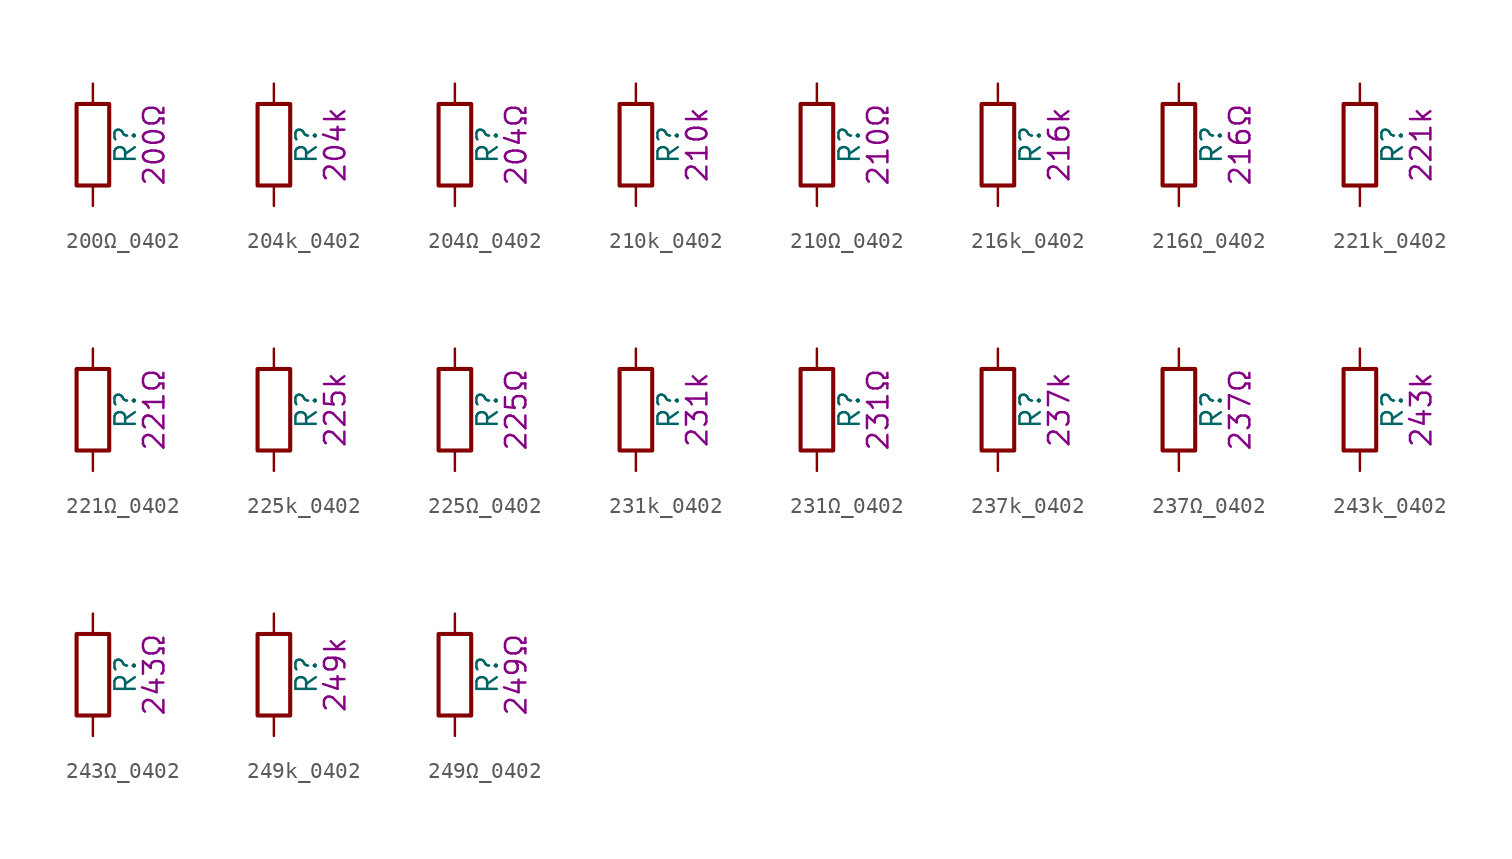
<source format=kicad_sym>
(kicad_symbol_lib
  (version 20211014)
  (generator kicad_symbol_editor)
  (symbol "200Ω_0402"
    (pin_numbers hide)
    (pin_names
      (offset 0))
    (property "Reference" "R"
      (at 2.032 0 90)
      (effects (font (size 1.27 1.27))))
    (property "Display" "200Ω"
      (at 3.81 0 90)
      (effects (font (size 1.27 1.27))))
    (symbol "200Ω_0402_0_1"
      (rectangle (start -1.016 -2.54) (end 1.016 2.54) (stroke (width 0.254) (type default) (color 0 0 0 0)) (fill (type none))))
    (symbol "200Ω_0402_1_1"
      (pin passive line (at 0 3.81 270) (length 1.27) (name "~" (effects (font (size 1.27 1.27)))) (number "1" (effects (font (size 1.27 1.27)))))
      (pin passive line (at 0 -3.81 90) (length 1.27) (name "~" (effects (font (size 1.27 1.27)))) (number "2" (effects (font (size 1.27 1.27)))))))
  (symbol "204k_0402"
    (pin_numbers hide)
    (pin_names
      (offset 0))
    (property "Reference" "R"
      (at 2.032 0 90)
      (effects (font (size 1.27 1.27))))
    (property "Display" "204k"
      (at 3.81 0 90)
      (effects (font (size 1.27 1.27))))
    (symbol "204k_0402_0_1"
      (rectangle (start -1.016 -2.54) (end 1.016 2.54) (stroke (width 0.254) (type default) (color 0 0 0 0)) (fill (type none))))
    (symbol "204k_0402_1_1"
      (pin passive line (at 0 3.81 270) (length 1.27) (name "~" (effects (font (size 1.27 1.27)))) (number "1" (effects (font (size 1.27 1.27)))))
      (pin passive line (at 0 -3.81 90) (length 1.27) (name "~" (effects (font (size 1.27 1.27)))) (number "2" (effects (font (size 1.27 1.27)))))))
  (symbol "204Ω_0402"
    (pin_numbers hide)
    (pin_names
      (offset 0))
    (property "Reference" "R"
      (at 2.032 0 90)
      (effects (font (size 1.27 1.27))))
    (property "Display" "204Ω"
      (at 3.81 0 90)
      (effects (font (size 1.27 1.27))))
    (symbol "204Ω_0402_0_1"
      (rectangle (start -1.016 -2.54) (end 1.016 2.54) (stroke (width 0.254) (type default) (color 0 0 0 0)) (fill (type none))))
    (symbol "204Ω_0402_1_1"
      (pin passive line (at 0 3.81 270) (length 1.27) (name "~" (effects (font (size 1.27 1.27)))) (number "1" (effects (font (size 1.27 1.27)))))
      (pin passive line (at 0 -3.81 90) (length 1.27) (name "~" (effects (font (size 1.27 1.27)))) (number "2" (effects (font (size 1.27 1.27)))))))
  (symbol "210k_0402"
    (pin_numbers hide)
    (pin_names
      (offset 0))
    (property "Reference" "R"
      (at 2.032 0 90)
      (effects (font (size 1.27 1.27))))
    (property "Display" "210k"
      (at 3.81 0 90)
      (effects (font (size 1.27 1.27))))
    (symbol "210k_0402_0_1"
      (rectangle (start -1.016 -2.54) (end 1.016 2.54) (stroke (width 0.254) (type default) (color 0 0 0 0)) (fill (type none))))
    (symbol "210k_0402_1_1"
      (pin passive line (at 0 3.81 270) (length 1.27) (name "~" (effects (font (size 1.27 1.27)))) (number "1" (effects (font (size 1.27 1.27)))))
      (pin passive line (at 0 -3.81 90) (length 1.27) (name "~" (effects (font (size 1.27 1.27)))) (number "2" (effects (font (size 1.27 1.27)))))))
  (symbol "210Ω_0402"
    (pin_numbers hide)
    (pin_names
      (offset 0))
    (property "Reference" "R"
      (at 2.032 0 90)
      (effects (font (size 1.27 1.27))))
    (property "Display" "210Ω"
      (at 3.81 0 90)
      (effects (font (size 1.27 1.27))))
    (symbol "210Ω_0402_0_1"
      (rectangle (start -1.016 -2.54) (end 1.016 2.54) (stroke (width 0.254) (type default) (color 0 0 0 0)) (fill (type none))))
    (symbol "210Ω_0402_1_1"
      (pin passive line (at 0 3.81 270) (length 1.27) (name "~" (effects (font (size 1.27 1.27)))) (number "1" (effects (font (size 1.27 1.27)))))
      (pin passive line (at 0 -3.81 90) (length 1.27) (name "~" (effects (font (size 1.27 1.27)))) (number "2" (effects (font (size 1.27 1.27)))))))
  (symbol "216k_0402"
    (pin_numbers hide)
    (pin_names
      (offset 0))
    (property "Reference" "R"
      (at 2.032 0 90)
      (effects (font (size 1.27 1.27))))
    (property "Display" "216k"
      (at 3.81 0 90)
      (effects (font (size 1.27 1.27))))
    (symbol "216k_0402_0_1"
      (rectangle (start -1.016 -2.54) (end 1.016 2.54) (stroke (width 0.254) (type default) (color 0 0 0 0)) (fill (type none))))
    (symbol "216k_0402_1_1"
      (pin passive line (at 0 3.81 270) (length 1.27) (name "~" (effects (font (size 1.27 1.27)))) (number "1" (effects (font (size 1.27 1.27)))))
      (pin passive line (at 0 -3.81 90) (length 1.27) (name "~" (effects (font (size 1.27 1.27)))) (number "2" (effects (font (size 1.27 1.27)))))))
  (symbol "216Ω_0402"
    (pin_numbers hide)
    (pin_names
      (offset 0))
    (property "Reference" "R"
      (at 2.032 0 90)
      (effects (font (size 1.27 1.27))))
    (property "Display" "216Ω"
      (at 3.81 0 90)
      (effects (font (size 1.27 1.27))))
    (symbol "216Ω_0402_0_1"
      (rectangle (start -1.016 -2.54) (end 1.016 2.54) (stroke (width 0.254) (type default) (color 0 0 0 0)) (fill (type none))))
    (symbol "216Ω_0402_1_1"
      (pin passive line (at 0 3.81 270) (length 1.27) (name "~" (effects (font (size 1.27 1.27)))) (number "1" (effects (font (size 1.27 1.27)))))
      (pin passive line (at 0 -3.81 90) (length 1.27) (name "~" (effects (font (size 1.27 1.27)))) (number "2" (effects (font (size 1.27 1.27)))))))
  (symbol "221k_0402"
    (pin_numbers hide)
    (pin_names
      (offset 0))
    (property "Reference" "R"
      (at 2.032 0 90)
      (effects (font (size 1.27 1.27))))
    (property "Display" "221k"
      (at 3.81 0 90)
      (effects (font (size 1.27 1.27))))
    (symbol "221k_0402_0_1"
      (rectangle (start -1.016 -2.54) (end 1.016 2.54) (stroke (width 0.254) (type default) (color 0 0 0 0)) (fill (type none))))
    (symbol "221k_0402_1_1"
      (pin passive line (at 0 3.81 270) (length 1.27) (name "~" (effects (font (size 1.27 1.27)))) (number "1" (effects (font (size 1.27 1.27)))))
      (pin passive line (at 0 -3.81 90) (length 1.27) (name "~" (effects (font (size 1.27 1.27)))) (number "2" (effects (font (size 1.27 1.27)))))))
  (symbol "221Ω_0402"
    (pin_numbers hide)
    (pin_names
      (offset 0))
    (property "Reference" "R"
      (at 2.032 0 90)
      (effects (font (size 1.27 1.27))))
    (property "Display" "221Ω"
      (at 3.81 0 90)
      (effects (font (size 1.27 1.27))))
    (symbol "221Ω_0402_0_1"
      (rectangle (start -1.016 -2.54) (end 1.016 2.54) (stroke (width 0.254) (type default) (color 0 0 0 0)) (fill (type none))))
    (symbol "221Ω_0402_1_1"
      (pin passive line (at 0 3.81 270) (length 1.27) (name "~" (effects (font (size 1.27 1.27)))) (number "1" (effects (font (size 1.27 1.27)))))
      (pin passive line (at 0 -3.81 90) (length 1.27) (name "~" (effects (font (size 1.27 1.27)))) (number "2" (effects (font (size 1.27 1.27)))))))
  (symbol "225k_0402"
    (pin_numbers hide)
    (pin_names
      (offset 0))
    (property "Reference" "R"
      (at 2.032 0 90)
      (effects (font (size 1.27 1.27))))
    (property "Display" "225k"
      (at 3.81 0 90)
      (effects (font (size 1.27 1.27))))
    (symbol "225k_0402_0_1"
      (rectangle (start -1.016 -2.54) (end 1.016 2.54) (stroke (width 0.254) (type default) (color 0 0 0 0)) (fill (type none))))
    (symbol "225k_0402_1_1"
      (pin passive line (at 0 3.81 270) (length 1.27) (name "~" (effects (font (size 1.27 1.27)))) (number "1" (effects (font (size 1.27 1.27)))))
      (pin passive line (at 0 -3.81 90) (length 1.27) (name "~" (effects (font (size 1.27 1.27)))) (number "2" (effects (font (size 1.27 1.27)))))))
  (symbol "225Ω_0402"
    (pin_numbers hide)
    (pin_names
      (offset 0))
    (property "Reference" "R"
      (at 2.032 0 90)
      (effects (font (size 1.27 1.27))))
    (property "Display" "225Ω"
      (at 3.81 0 90)
      (effects (font (size 1.27 1.27))))
    (symbol "225Ω_0402_0_1"
      (rectangle (start -1.016 -2.54) (end 1.016 2.54) (stroke (width 0.254) (type default) (color 0 0 0 0)) (fill (type none))))
    (symbol "225Ω_0402_1_1"
      (pin passive line (at 0 3.81 270) (length 1.27) (name "~" (effects (font (size 1.27 1.27)))) (number "1" (effects (font (size 1.27 1.27)))))
      (pin passive line (at 0 -3.81 90) (length 1.27) (name "~" (effects (font (size 1.27 1.27)))) (number "2" (effects (font (size 1.27 1.27)))))))
  (symbol "231k_0402"
    (pin_numbers hide)
    (pin_names
      (offset 0))
    (property "Reference" "R"
      (at 2.032 0 90)
      (effects (font (size 1.27 1.27))))
    (property "Display" "231k"
      (at 3.81 0 90)
      (effects (font (size 1.27 1.27))))
    (symbol "231k_0402_0_1"
      (rectangle (start -1.016 -2.54) (end 1.016 2.54) (stroke (width 0.254) (type default) (color 0 0 0 0)) (fill (type none))))
    (symbol "231k_0402_1_1"
      (pin passive line (at 0 3.81 270) (length 1.27) (name "~" (effects (font (size 1.27 1.27)))) (number "1" (effects (font (size 1.27 1.27)))))
      (pin passive line (at 0 -3.81 90) (length 1.27) (name "~" (effects (font (size 1.27 1.27)))) (number "2" (effects (font (size 1.27 1.27)))))))
  (symbol "231Ω_0402"
    (pin_numbers hide)
    (pin_names
      (offset 0))
    (property "Reference" "R"
      (at 2.032 0 90)
      (effects (font (size 1.27 1.27))))
    (property "Display" "231Ω"
      (at 3.81 0 90)
      (effects (font (size 1.27 1.27))))
    (symbol "231Ω_0402_0_1"
      (rectangle (start -1.016 -2.54) (end 1.016 2.54) (stroke (width 0.254) (type default) (color 0 0 0 0)) (fill (type none))))
    (symbol "231Ω_0402_1_1"
      (pin passive line (at 0 3.81 270) (length 1.27) (name "~" (effects (font (size 1.27 1.27)))) (number "1" (effects (font (size 1.27 1.27)))))
      (pin passive line (at 0 -3.81 90) (length 1.27) (name "~" (effects (font (size 1.27 1.27)))) (number "2" (effects (font (size 1.27 1.27)))))))
  (symbol "237k_0402"
    (pin_numbers hide)
    (pin_names
      (offset 0))
    (property "Reference" "R"
      (at 2.032 0 90)
      (effects (font (size 1.27 1.27))))
    (property "Display" "237k"
      (at 3.81 0 90)
      (effects (font (size 1.27 1.27))))
    (symbol "237k_0402_0_1"
      (rectangle (start -1.016 -2.54) (end 1.016 2.54) (stroke (width 0.254) (type default) (color 0 0 0 0)) (fill (type none))))
    (symbol "237k_0402_1_1"
      (pin passive line (at 0 3.81 270) (length 1.27) (name "~" (effects (font (size 1.27 1.27)))) (number "1" (effects (font (size 1.27 1.27)))))
      (pin passive line (at 0 -3.81 90) (length 1.27) (name "~" (effects (font (size 1.27 1.27)))) (number "2" (effects (font (size 1.27 1.27)))))))
  (symbol "237Ω_0402"
    (pin_numbers hide)
    (pin_names
      (offset 0))
    (property "Reference" "R"
      (at 2.032 0 90)
      (effects (font (size 1.27 1.27))))
    (property "Display" "237Ω"
      (at 3.81 0 90)
      (effects (font (size 1.27 1.27))))
    (symbol "237Ω_0402_0_1"
      (rectangle (start -1.016 -2.54) (end 1.016 2.54) (stroke (width 0.254) (type default) (color 0 0 0 0)) (fill (type none))))
    (symbol "237Ω_0402_1_1"
      (pin passive line (at 0 3.81 270) (length 1.27) (name "~" (effects (font (size 1.27 1.27)))) (number "1" (effects (font (size 1.27 1.27)))))
      (pin passive line (at 0 -3.81 90) (length 1.27) (name "~" (effects (font (size 1.27 1.27)))) (number "2" (effects (font (size 1.27 1.27)))))))
  (symbol "243k_0402"
    (pin_numbers hide)
    (pin_names
      (offset 0))
    (property "Reference" "R"
      (at 2.032 0 90)
      (effects (font (size 1.27 1.27))))
    (property "Display" "243k"
      (at 3.81 0 90)
      (effects (font (size 1.27 1.27))))
    (symbol "243k_0402_0_1"
      (rectangle (start -1.016 -2.54) (end 1.016 2.54) (stroke (width 0.254) (type default) (color 0 0 0 0)) (fill (type none))))
    (symbol "243k_0402_1_1"
      (pin passive line (at 0 3.81 270) (length 1.27) (name "~" (effects (font (size 1.27 1.27)))) (number "1" (effects (font (size 1.27 1.27)))))
      (pin passive line (at 0 -3.81 90) (length 1.27) (name "~" (effects (font (size 1.27 1.27)))) (number "2" (effects (font (size 1.27 1.27)))))))
  (symbol "243Ω_0402"
    (pin_numbers hide)
    (pin_names
      (offset 0))
    (property "Reference" "R"
      (at 2.032 0 90)
      (effects (font (size 1.27 1.27))))
    (property "Display" "243Ω"
      (at 3.81 0 90)
      (effects (font (size 1.27 1.27))))
    (symbol "243Ω_0402_0_1"
      (rectangle (start -1.016 -2.54) (end 1.016 2.54) (stroke (width 0.254) (type default) (color 0 0 0 0)) (fill (type none))))
    (symbol "243Ω_0402_1_1"
      (pin passive line (at 0 3.81 270) (length 1.27) (name "~" (effects (font (size 1.27 1.27)))) (number "1" (effects (font (size 1.27 1.27)))))
      (pin passive line (at 0 -3.81 90) (length 1.27) (name "~" (effects (font (size 1.27 1.27)))) (number "2" (effects (font (size 1.27 1.27)))))))
  (symbol "249k_0402"
    (pin_numbers hide)
    (pin_names
      (offset 0))
    (property "Reference" "R"
      (at 2.032 0 90)
      (effects (font (size 1.27 1.27))))
    (property "Display" "249k"
      (at 3.81 0 90)
      (effects (font (size 1.27 1.27))))
    (symbol "249k_0402_0_1"
      (rectangle (start -1.016 -2.54) (end 1.016 2.54) (stroke (width 0.254) (type default) (color 0 0 0 0)) (fill (type none))))
    (symbol "249k_0402_1_1"
      (pin passive line (at 0 3.81 270) (length 1.27) (name "~" (effects (font (size 1.27 1.27)))) (number "1" (effects (font (size 1.27 1.27)))))
      (pin passive line (at 0 -3.81 90) (length 1.27) (name "~" (effects (font (size 1.27 1.27)))) (number "2" (effects (font (size 1.27 1.27)))))))
  (symbol "249Ω_0402"
    (pin_numbers hide)
    (pin_names
      (offset 0))
    (property "Reference" "R"
      (at 2.032 0 90)
      (effects (font (size 1.27 1.27))))
    (property "Display" "249Ω"
      (at 3.81 0 90)
      (effects (font (size 1.27 1.27))))
    (symbol "249Ω_0402_0_1"
      (rectangle (start -1.016 -2.54) (end 1.016 2.54) (stroke (width 0.254) (type default) (color 0 0 0 0)) (fill (type none))))
    (symbol "249Ω_0402_1_1"
      (pin passive line (at 0 3.81 270) (length 1.27) (name "~" (effects (font (size 1.27 1.27)))) (number "1" (effects (font (size 1.27 1.27)))))
      (pin passive line (at 0 -3.81 90) (length 1.27) (name "~" (effects (font (size 1.27 1.27)))) (number "2" (effects (font (size 1.27 1.27))))))))
</source>
